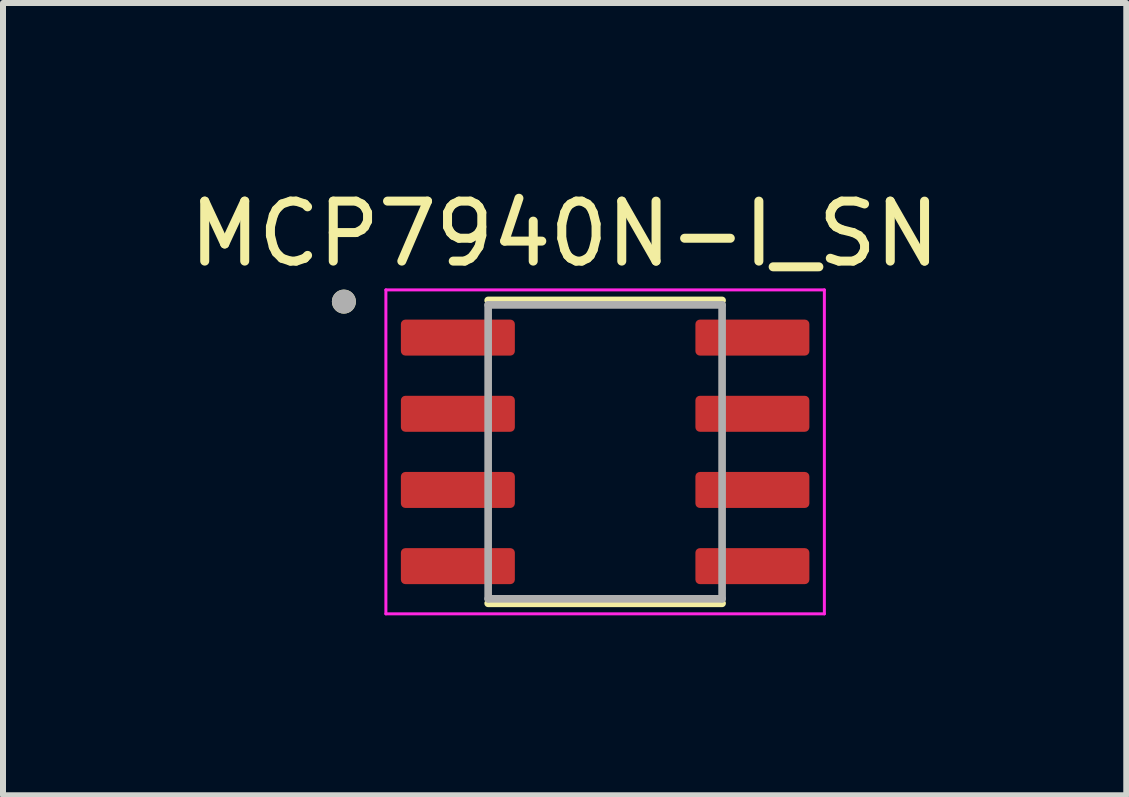
<source format=kicad_pcb>
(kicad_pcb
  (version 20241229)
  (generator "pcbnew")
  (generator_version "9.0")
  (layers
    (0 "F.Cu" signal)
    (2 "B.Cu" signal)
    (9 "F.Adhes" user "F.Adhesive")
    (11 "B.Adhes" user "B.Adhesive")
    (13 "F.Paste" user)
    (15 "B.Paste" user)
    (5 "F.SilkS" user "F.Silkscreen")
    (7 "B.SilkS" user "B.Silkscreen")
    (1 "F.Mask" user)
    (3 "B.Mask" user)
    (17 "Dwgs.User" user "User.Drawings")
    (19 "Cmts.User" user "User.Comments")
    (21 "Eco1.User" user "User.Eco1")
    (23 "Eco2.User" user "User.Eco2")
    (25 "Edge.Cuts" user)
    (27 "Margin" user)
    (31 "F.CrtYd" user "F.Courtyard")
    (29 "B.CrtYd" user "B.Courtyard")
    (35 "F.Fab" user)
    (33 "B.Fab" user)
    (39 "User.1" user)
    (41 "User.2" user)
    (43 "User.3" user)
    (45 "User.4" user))
  (footprint "MCP7940N-I_SN"
    (layer "F.Cu")
    (at 7.038 4.483)
    (property "Reference" "MCP7940N-I_SN" (at -0.675 -3.635 0) (layer "F.SilkS") (effects (font (size 1 1) (thickness 0.15))))
    (attr smd)
    (fp_line (start -1.95 -2.525) (end 1.95 -2.525) (stroke (width 0.127) (type solid)) (layer "F.SilkS"))
    (fp_line (start -1.95 2.525) (end 1.95 2.525) (stroke (width 0.127) (type solid)) (layer "F.SilkS"))
    (fp_circle (center -4.355 -2.505) (end -4.255 -2.505) (stroke (width 0.2) (type solid)) (fill no) (layer "F.SilkS"))
    (fp_line (start -3.655 -2.7) (end -3.655 2.7) (stroke (width 0.05) (type solid)) (layer "F.CrtYd"))
    (fp_line (start -3.655 -2.7) (end 3.655 -2.7) (stroke (width 0.05) (type solid)) (layer "F.CrtYd"))
    (fp_line (start -3.655 2.7) (end 3.655 2.7) (stroke (width 0.05) (type solid)) (layer "F.CrtYd"))
    (fp_line (start 3.655 -2.7) (end 3.655 2.7) (stroke (width 0.05) (type solid)) (layer "F.CrtYd"))
    (fp_line (start -1.95 -2.45) (end -1.95 2.45) (stroke (width 0.127) (type solid)) (layer "F.Fab"))
    (fp_line (start -1.95 -2.45) (end 1.95 -2.45) (stroke (width 0.127) (type solid)) (layer "F.Fab"))
    (fp_line (start -1.95 2.45) (end 1.95 2.45) (stroke (width 0.127) (type solid)) (layer "F.Fab"))
    (fp_line (start 1.95 -2.45) (end 1.95 2.45) (stroke (width 0.127) (type solid)) (layer "F.Fab"))
    (fp_circle (center -4.355 -2.505) (end -4.255 -2.505) (stroke (width 0.2) (type solid)) (fill no) (layer "F.Fab"))
    (pad "1" smd roundrect (at -2.455 -1.905) (size 1.9 0.6) (layers "F.Cu" "F.Mask" "F.Paste") (roundrect_rratio 0.125))
    (pad "2" smd roundrect (at -2.455 -0.635) (size 1.9 0.6) (layers "F.Cu" "F.Mask" "F.Paste") (roundrect_rratio 0.125))
    (pad "3" smd roundrect (at -2.455 0.635) (size 1.9 0.6) (layers "F.Cu" "F.Mask" "F.Paste") (roundrect_rratio 0.125))
    (pad "4" smd roundrect (at -2.455 1.905) (size 1.9 0.6) (layers "F.Cu" "F.Mask" "F.Paste") (roundrect_rratio 0.125))
    (pad "5" smd roundrect (at 2.455 1.905) (size 1.9 0.6) (layers "F.Cu" "F.Mask" "F.Paste") (roundrect_rratio 0.125))
    (pad "6" smd roundrect (at 2.455 0.635) (size 1.9 0.6) (layers "F.Cu" "F.Mask" "F.Paste") (roundrect_rratio 0.125))
    (pad "7" smd roundrect (at 2.455 -0.635) (size 1.9 0.6) (layers "F.Cu" "F.Mask" "F.Paste") (roundrect_rratio 0.125))
    (pad "8" smd roundrect (at 2.455 -1.905) (size 1.9 0.6) (layers "F.Cu" "F.Mask" "F.Paste") (roundrect_rratio 0.125)))
  (gr_rect
    (start -3 -3)
    (end 15.726 10.208)
    (stroke (width 0.1) (type default))
    (fill no)
    (layer "Edge.Cuts")))
</source>
